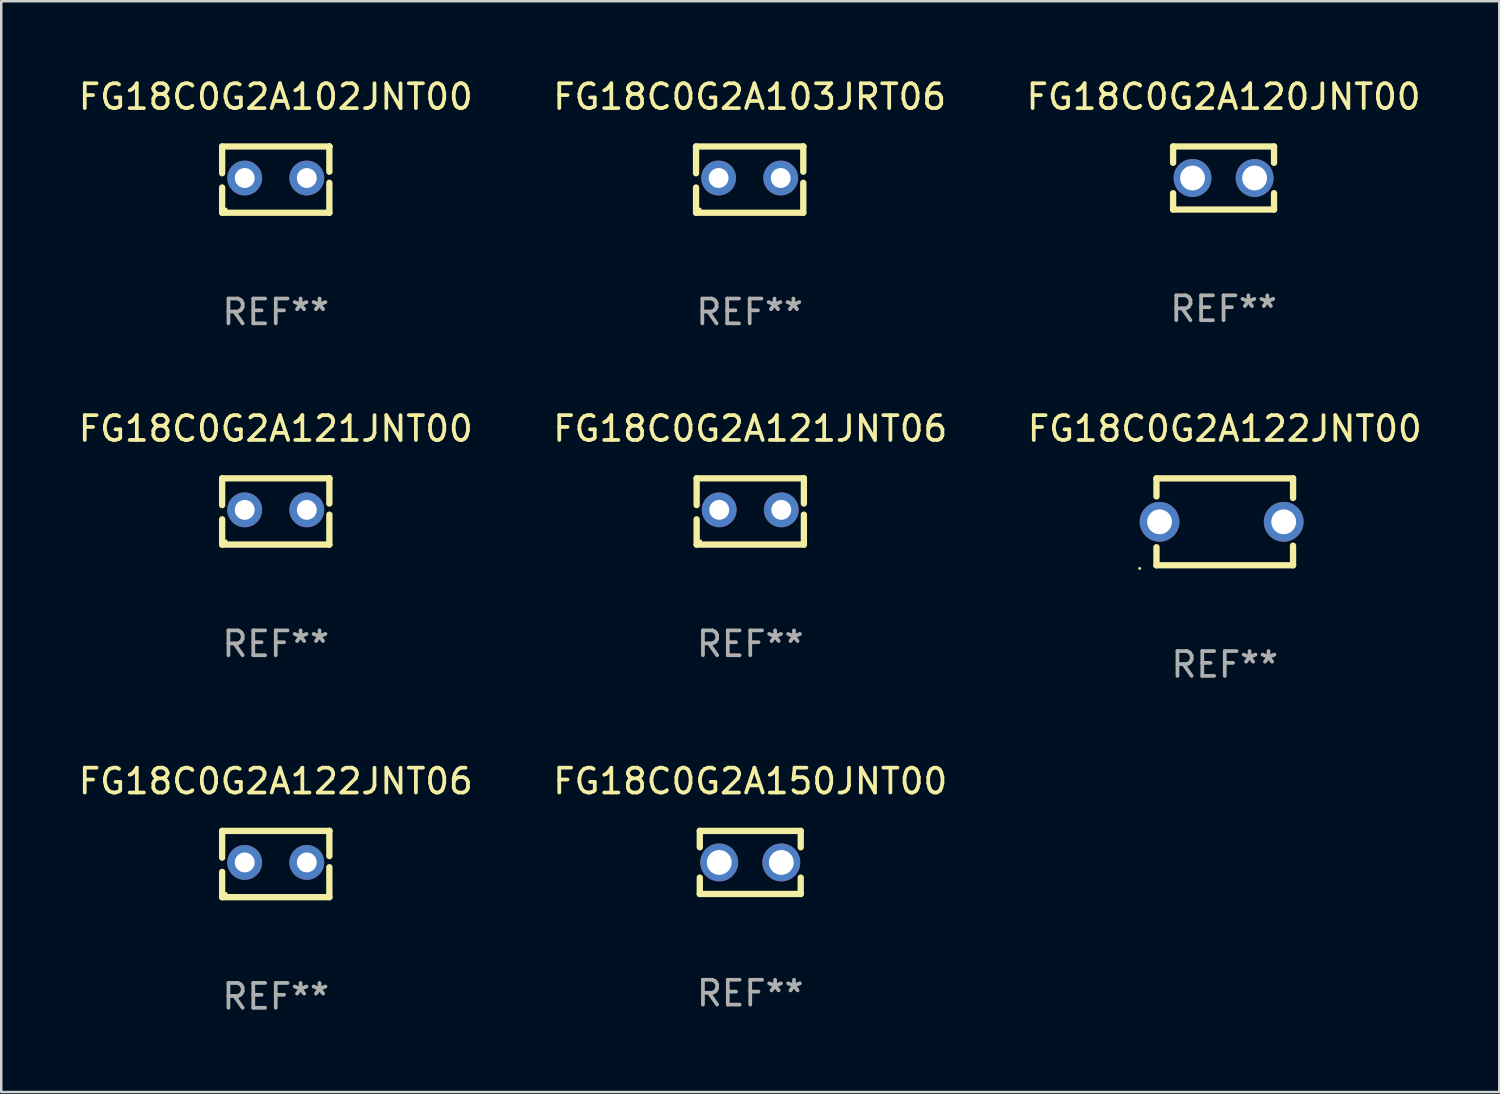
<source format=kicad_pcb>
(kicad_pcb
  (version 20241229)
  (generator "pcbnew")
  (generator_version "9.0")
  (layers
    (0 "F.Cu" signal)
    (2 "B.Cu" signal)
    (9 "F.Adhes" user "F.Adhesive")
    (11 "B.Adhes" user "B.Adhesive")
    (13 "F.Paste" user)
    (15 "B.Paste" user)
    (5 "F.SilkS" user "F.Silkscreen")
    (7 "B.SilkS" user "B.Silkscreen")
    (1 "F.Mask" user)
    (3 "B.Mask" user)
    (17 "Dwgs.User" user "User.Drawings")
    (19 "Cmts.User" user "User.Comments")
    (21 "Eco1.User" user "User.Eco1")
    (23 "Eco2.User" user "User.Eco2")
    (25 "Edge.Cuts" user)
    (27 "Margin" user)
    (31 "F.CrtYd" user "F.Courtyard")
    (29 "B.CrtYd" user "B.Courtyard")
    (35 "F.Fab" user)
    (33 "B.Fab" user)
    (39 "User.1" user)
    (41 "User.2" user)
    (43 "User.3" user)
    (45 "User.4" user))
  (footprint "FG18C0G2A120JNT00"
    (layer "F.Cu")
    (at 46.22 4.118)
    (property "Reference" "FG18C0G2A120JNT00" (at 0 -3.27 0) (layer "F.SilkS") (effects (font (size 1 1) (thickness 0.15))))
    (attr through_hole)
    (fp_line (start -2.032 -1.27) (end -2.032 -0.611) (stroke (width 0.254) (type solid)) (layer "F.SilkS"))
    (fp_line (start -2.032 0.611) (end -2.032 1.27) (stroke (width 0.254) (type solid)) (layer "F.SilkS"))
    (fp_line (start -2.032 1.27) (end 2.032 1.27) (stroke (width 0.254) (type solid)) (layer "F.SilkS"))
    (fp_line (start 2.032 -1.27) (end -2.032 -1.27) (stroke (width 0.254) (type solid)) (layer "F.SilkS"))
    (fp_line (start 2.032 -0.611) (end 2.032 -1.27) (stroke (width 0.254) (type solid)) (layer "F.SilkS"))
    (fp_line (start 2.032 1.27) (end 2.032 0.611) (stroke (width 0.254) (type solid)) (layer "F.SilkS"))
    (fp_circle (center -2 1.25) (end -1.97 1.25) (stroke (width 0.06) (type solid)) (fill no) (layer "F.SilkS"))
    (fp_text user "REF**" (at 0 5.27 0) (layer "F.Fab") (effects (font (size 1 1) (thickness 0.15))))
    (pad "1" thru_hole circle (at -1.25 0) (size 1.524 1.524) (drill 1) (layers "*.Cu" "*.Mask"))
    (pad "2" thru_hole circle (at 1.25 0) (size 1.524 1.524) (drill 1) (layers "*.Cu" "*.Mask")))
  (footprint "FG18C0G2A150JNT00"
    (layer "F.Cu")
    (at 27.161 31.678)
    (property "Reference" "FG18C0G2A150JNT00" (at 0 -3.27 0) (layer "F.SilkS") (effects (font (size 1 1) (thickness 0.15))))
    (attr through_hole)
    (fp_line (start -2.032 -1.27) (end -2.032 -0.611) (stroke (width 0.254) (type solid)) (layer "F.SilkS"))
    (fp_line (start -2.032 0.611) (end -2.032 1.27) (stroke (width 0.254) (type solid)) (layer "F.SilkS"))
    (fp_line (start -2.032 1.27) (end 2.032 1.27) (stroke (width 0.254) (type solid)) (layer "F.SilkS"))
    (fp_line (start 2.032 -1.27) (end -2.032 -1.27) (stroke (width 0.254) (type solid)) (layer "F.SilkS"))
    (fp_line (start 2.032 -0.611) (end 2.032 -1.27) (stroke (width 0.254) (type solid)) (layer "F.SilkS"))
    (fp_line (start 2.032 1.27) (end 2.032 0.611) (stroke (width 0.254) (type solid)) (layer "F.SilkS"))
    (fp_circle (center -2 1.25) (end -1.97 1.25) (stroke (width 0.06) (type solid)) (fill no) (layer "F.SilkS"))
    (fp_text user "REF**" (at 0 5.27 0) (layer "F.Fab") (effects (font (size 1 1) (thickness 0.15))))
    (pad "1" thru_hole circle (at -1.25 0) (size 1.524 1.524) (drill 1) (layers "*.Cu" "*.Mask"))
    (pad "2" thru_hole circle (at 1.25 0) (size 1.524 1.524) (drill 1) (layers "*.Cu" "*.Mask")))
  (footprint "FG18C0G2A122JNT00"
    (layer "F.Cu")
    (at 46.268 17.962)
    (property "Reference" "FG18C0G2A122JNT00" (at 0 -3.75 0) (layer "F.SilkS") (effects (font (size 1 1) (thickness 0.15))))
    (attr through_hole)
    (fp_line (start -2.75 -1.75) (end -2.75 -1.024) (stroke (width 0.254) (type solid)) (layer "F.SilkS"))
    (fp_line (start -2.75 -1.75) (end 2.75 -1.75) (stroke (width 0.254) (type solid)) (layer "F.SilkS"))
    (fp_line (start -2.75 1.024) (end -2.75 1.75) (stroke (width 0.254) (type solid)) (layer "F.SilkS"))
    (fp_line (start 2.75 -1.75) (end 2.75 -0.96) (stroke (width 0.254) (type solid)) (layer "F.SilkS"))
    (fp_line (start 2.75 0.96) (end 2.75 1.75) (stroke (width 0.254) (type solid)) (layer "F.SilkS"))
    (fp_line (start 2.75 1.75) (end -2.75 1.75) (stroke (width 0.254) (type solid)) (layer "F.SilkS"))
    (fp_circle (center -3.427 1.877) (end -3.397 1.877) (stroke (width 0.06) (type solid)) (fill no) (layer "F.SilkS"))
    (fp_text user "REF**" (at 0 5.75 0) (layer "F.Fab") (effects (font (size 1 1) (thickness 0.15))))
    (pad "1" thru_hole circle (at -2.627 0) (size 1.6 1.6) (drill 1) (layers "*.Cu" "*.Mask"))
    (pad "2" thru_hole circle (at 2.373 0) (size 1.6 1.6) (drill 1) (layers "*.Cu" "*.Mask")))
  (footprint "FG18C0G2A122JNT06"
    (layer "F.Cu")
    (at 8.054 31.742)
    (property "Reference" "FG18C0G2A122JNT06" (at 0 -3.334 0) (layer "F.SilkS") (effects (font (size 1 1) (thickness 0.15))))
    (attr through_hole)
    (fp_line (start -2.159 -1.334) (end 2.159 -1.334) (stroke (width 0.254) (type solid)) (layer "F.SilkS"))
    (fp_line (start -2.159 -0.256) (end -2.159 -1.334) (stroke (width 0.254) (type solid)) (layer "F.SilkS"))
    (fp_line (start -2.159 1.334) (end -2.159 0.318) (stroke (width 0.254) (type solid)) (layer "F.SilkS"))
    (fp_line (start 2.159 -1.334) (end 2.159 -1.334) (stroke (width 0.254) (type solid)) (layer "F.SilkS"))
    (fp_line (start 2.159 -1.334) (end 2.159 -0.318) (stroke (width 0.254) (type solid)) (layer "F.SilkS"))
    (fp_line (start 2.159 0.129) (end 2.159 1.334) (stroke (width 0.254) (type solid)) (layer "F.SilkS"))
    (fp_line (start 2.159 1.334) (end -2.159 1.334) (stroke (width 0.254) (type solid)) (layer "F.SilkS"))
    (fp_circle (center -2 1.186) (end -1.97 1.186) (stroke (width 0.06) (type solid)) (fill no) (layer "F.SilkS"))
    (fp_text user "REF**" (at 0 5.334 0) (layer "F.Fab") (effects (font (size 1 1) (thickness 0.15))))
    (pad "1" thru_hole circle (at -1.25 -0.064) (size 1.4 1.4) (drill 0.8) (layers "*.Cu" "*.Mask"))
    (pad "2" thru_hole circle (at 1.25 -0.064) (size 1.4 1.4) (drill 0.8) (layers "*.Cu" "*.Mask")))
  (footprint "FG18C0G2A102JNT00"
    (layer "F.Cu")
    (at 8.054 4.182)
    (property "Reference" "FG18C0G2A102JNT00" (at 0 -3.334 0) (layer "F.SilkS") (effects (font (size 1 1) (thickness 0.15))))
    (attr through_hole)
    (fp_line (start -2.159 -1.334) (end 2.159 -1.334) (stroke (width 0.254) (type solid)) (layer "F.SilkS"))
    (fp_line (start -2.159 -0.256) (end -2.159 -1.334) (stroke (width 0.254) (type solid)) (layer "F.SilkS"))
    (fp_line (start -2.159 1.334) (end -2.159 0.318) (stroke (width 0.254) (type solid)) (layer "F.SilkS"))
    (fp_line (start 2.159 -1.334) (end 2.159 -1.334) (stroke (width 0.254) (type solid)) (layer "F.SilkS"))
    (fp_line (start 2.159 -1.334) (end 2.159 -0.318) (stroke (width 0.254) (type solid)) (layer "F.SilkS"))
    (fp_line (start 2.159 0.129) (end 2.159 1.334) (stroke (width 0.254) (type solid)) (layer "F.SilkS"))
    (fp_line (start 2.159 1.334) (end -2.159 1.334) (stroke (width 0.254) (type solid)) (layer "F.SilkS"))
    (fp_circle (center -2 1.186) (end -1.97 1.186) (stroke (width 0.06) (type solid)) (fill no) (layer "F.SilkS"))
    (fp_text user "REF**" (at 0 5.334 0) (layer "F.Fab") (effects (font (size 1 1) (thickness 0.15))))
    (pad "1" thru_hole circle (at -1.25 -0.064) (size 1.4 1.4) (drill 0.8) (layers "*.Cu" "*.Mask"))
    (pad "2" thru_hole circle (at 1.25 -0.064) (size 1.4 1.4) (drill 0.8) (layers "*.Cu" "*.Mask")))
  (footprint "FG18C0G2A121JNT00"
    (layer "F.Cu")
    (at 8.054 17.545)
    (property "Reference" "FG18C0G2A121JNT00" (at 0 -3.334 0) (layer "F.SilkS") (effects (font (size 1 1) (thickness 0.15))))
    (attr through_hole)
    (fp_line (start -2.159 -1.334) (end 2.159 -1.334) (stroke (width 0.254) (type solid)) (layer "F.SilkS"))
    (fp_line (start -2.159 -0.256) (end -2.159 -1.334) (stroke (width 0.254) (type solid)) (layer "F.SilkS"))
    (fp_line (start -2.159 1.334) (end -2.159 0.318) (stroke (width 0.254) (type solid)) (layer "F.SilkS"))
    (fp_line (start 2.159 -1.334) (end 2.159 -1.334) (stroke (width 0.254) (type solid)) (layer "F.SilkS"))
    (fp_line (start 2.159 -1.334) (end 2.159 -0.318) (stroke (width 0.254) (type solid)) (layer "F.SilkS"))
    (fp_line (start 2.159 0.129) (end 2.159 1.334) (stroke (width 0.254) (type solid)) (layer "F.SilkS"))
    (fp_line (start 2.159 1.334) (end -2.159 1.334) (stroke (width 0.254) (type solid)) (layer "F.SilkS"))
    (fp_circle (center -2 1.186) (end -1.97 1.186) (stroke (width 0.06) (type solid)) (fill no) (layer "F.SilkS"))
    (fp_text user "REF**" (at 0 5.334 0) (layer "F.Fab") (effects (font (size 1 1) (thickness 0.15))))
    (pad "1" thru_hole circle (at -1.25 -0.064) (size 1.4 1.4) (drill 0.8) (layers "*.Cu" "*.Mask"))
    (pad "2" thru_hole circle (at 1.25 -0.064) (size 1.4 1.4) (drill 0.8) (layers "*.Cu" "*.Mask")))
  (footprint "FG18C0G2A121JNT06"
    (layer "F.Cu")
    (at 27.161 17.545)
    (property "Reference" "FG18C0G2A121JNT06" (at 0 -3.334 0) (layer "F.SilkS") (effects (font (size 1 1) (thickness 0.15))))
    (attr through_hole)
    (fp_line (start -2.159 -1.334) (end 2.159 -1.334) (stroke (width 0.254) (type solid)) (layer "F.SilkS"))
    (fp_line (start -2.159 -0.256) (end -2.159 -1.334) (stroke (width 0.254) (type solid)) (layer "F.SilkS"))
    (fp_line (start -2.159 1.334) (end -2.159 0.318) (stroke (width 0.254) (type solid)) (layer "F.SilkS"))
    (fp_line (start 2.159 -1.334) (end 2.159 -1.334) (stroke (width 0.254) (type solid)) (layer "F.SilkS"))
    (fp_line (start 2.159 -1.334) (end 2.159 -0.318) (stroke (width 0.254) (type solid)) (layer "F.SilkS"))
    (fp_line (start 2.159 0.129) (end 2.159 1.334) (stroke (width 0.254) (type solid)) (layer "F.SilkS"))
    (fp_line (start 2.159 1.334) (end -2.159 1.334) (stroke (width 0.254) (type solid)) (layer "F.SilkS"))
    (fp_circle (center -2 1.186) (end -1.97 1.186) (stroke (width 0.06) (type solid)) (fill no) (layer "F.SilkS"))
    (fp_text user "REF**" (at 0 5.334 0) (layer "F.Fab") (effects (font (size 1 1) (thickness 0.15))))
    (pad "1" thru_hole circle (at -1.25 -0.064) (size 1.4 1.4) (drill 0.8) (layers "*.Cu" "*.Mask"))
    (pad "2" thru_hole circle (at 1.25 -0.064) (size 1.4 1.4) (drill 0.8) (layers "*.Cu" "*.Mask")))
  (footprint "FG18C0G2A103JRT06"
    (layer "F.Cu")
    (at 27.137 4.182)
    (property "Reference" "FG18C0G2A103JRT06" (at 0 -3.334 0) (layer "F.SilkS") (effects (font (size 1 1) (thickness 0.15))))
    (attr through_hole)
    (fp_line (start -2.159 -1.334) (end 2.159 -1.334) (stroke (width 0.254) (type solid)) (layer "F.SilkS"))
    (fp_line (start -2.159 -0.256) (end -2.159 -1.334) (stroke (width 0.254) (type solid)) (layer "F.SilkS"))
    (fp_line (start -2.159 1.334) (end -2.159 0.318) (stroke (width 0.254) (type solid)) (layer "F.SilkS"))
    (fp_line (start 2.159 -1.334) (end 2.159 -1.334) (stroke (width 0.254) (type solid)) (layer "F.SilkS"))
    (fp_line (start 2.159 -1.334) (end 2.159 -0.318) (stroke (width 0.254) (type solid)) (layer "F.SilkS"))
    (fp_line (start 2.159 0.129) (end 2.159 1.334) (stroke (width 0.254) (type solid)) (layer "F.SilkS"))
    (fp_line (start 2.159 1.334) (end -2.159 1.334) (stroke (width 0.254) (type solid)) (layer "F.SilkS"))
    (fp_circle (center -2 1.186) (end -1.97 1.186) (stroke (width 0.06) (type solid)) (fill no) (layer "F.SilkS"))
    (fp_text user "REF**" (at 0 5.334 0) (layer "F.Fab") (effects (font (size 1 1) (thickness 0.15))))
    (pad "1" thru_hole circle (at -1.25 -0.064) (size 1.4 1.4) (drill 0.8) (layers "*.Cu" "*.Mask"))
    (pad "2" thru_hole circle (at 1.25 -0.064) (size 1.4 1.4) (drill 0.8) (layers "*.Cu" "*.Mask")))
  (gr_rect
    (start -3 -3)
    (end 57.321 40.924)
    (stroke (width 0.1) (type default))
    (fill no)
    (layer "Edge.Cuts")))
</source>
